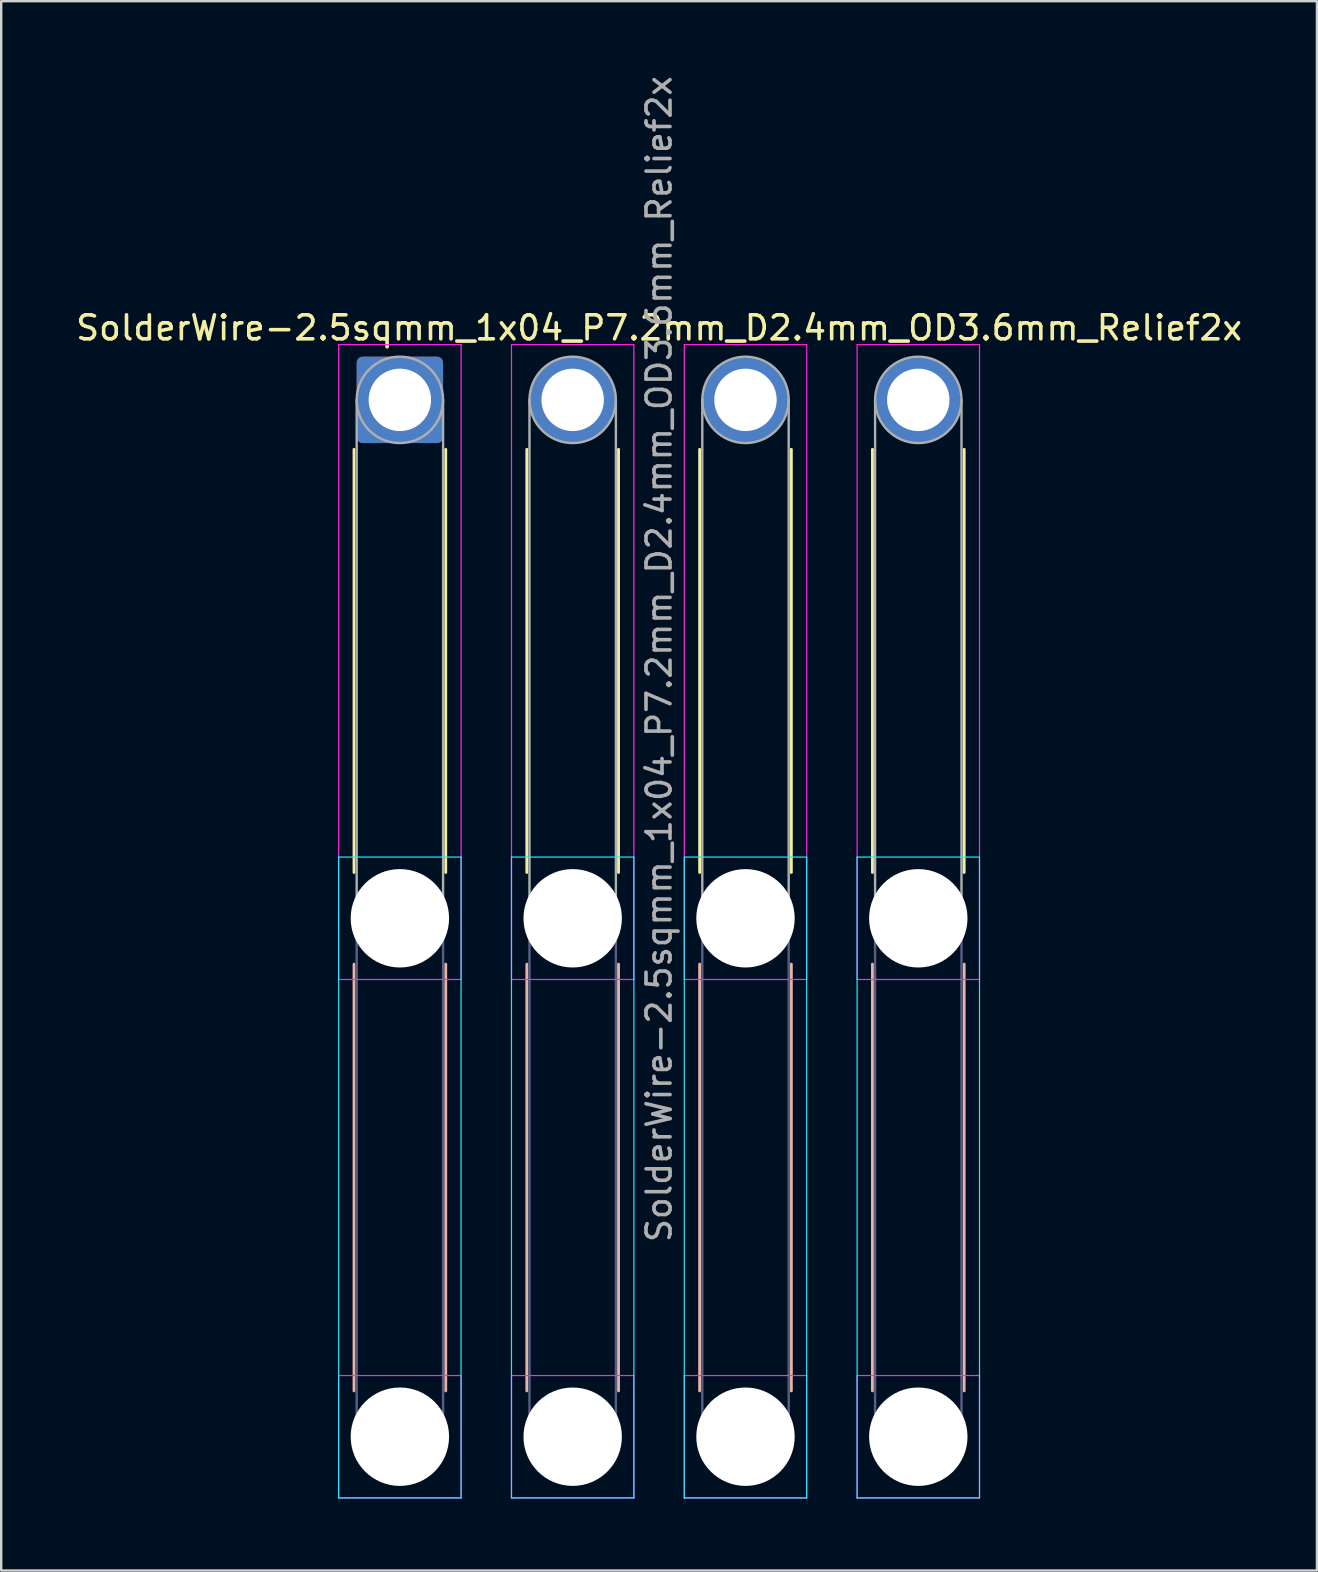
<source format=kicad_pcb>
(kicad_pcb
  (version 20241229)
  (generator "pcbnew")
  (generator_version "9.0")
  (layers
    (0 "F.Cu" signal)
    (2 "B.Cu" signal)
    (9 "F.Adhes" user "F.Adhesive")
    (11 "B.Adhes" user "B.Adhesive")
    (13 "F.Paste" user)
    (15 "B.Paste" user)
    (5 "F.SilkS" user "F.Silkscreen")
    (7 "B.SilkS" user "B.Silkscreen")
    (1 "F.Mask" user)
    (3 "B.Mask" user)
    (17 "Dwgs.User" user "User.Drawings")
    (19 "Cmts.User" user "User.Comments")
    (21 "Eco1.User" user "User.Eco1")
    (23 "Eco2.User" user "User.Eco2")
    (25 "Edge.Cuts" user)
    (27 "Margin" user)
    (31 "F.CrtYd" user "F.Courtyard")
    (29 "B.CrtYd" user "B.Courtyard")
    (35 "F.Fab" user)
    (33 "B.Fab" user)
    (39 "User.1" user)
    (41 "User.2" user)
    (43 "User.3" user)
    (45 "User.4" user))
  (footprint "SolderWire-2.5sqmm_1x04_P7.2mm_D2.4mm_OD3.6mm_Relief2x"
    (layer "F.Cu")
    (at 13.611 13.611)
    (property "Reference" "SolderWire-2.5sqmm_1x04_P7.2mm_D2.4mm_OD3.6mm_Relief2x" (at 10.8 -3 0) (layer "F.SilkS") (effects (font (size 1 1) (thickness 0.15))))
    (attr exclude_from_pos_files exclude_from_bom)
    (fp_line (start -1.91 2.06) (end -1.91 19.69) (stroke (width 0.12) (type solid)) (layer "F.SilkS"))
    (fp_line (start 1.91 2.06) (end 1.91 19.69) (stroke (width 0.12) (type solid)) (layer "F.SilkS"))
    (fp_line (start 5.29 2.06) (end 5.29 19.69) (stroke (width 0.12) (type solid)) (layer "F.SilkS"))
    (fp_line (start 9.11 2.06) (end 9.11 19.69) (stroke (width 0.12) (type solid)) (layer "F.SilkS"))
    (fp_line (start 12.49 2.06) (end 12.49 19.69) (stroke (width 0.12) (type solid)) (layer "F.SilkS"))
    (fp_line (start 16.31 2.06) (end 16.31 19.69) (stroke (width 0.12) (type solid)) (layer "F.SilkS"))
    (fp_line (start 19.69 2.06) (end 19.69 19.69) (stroke (width 0.12) (type solid)) (layer "F.SilkS"))
    (fp_line (start 23.51 2.06) (end 23.51 19.69) (stroke (width 0.12) (type solid)) (layer "F.SilkS"))
    (fp_line (start -1.91 23.51) (end -1.91 41.29) (stroke (width 0.12) (type solid)) (layer "B.SilkS"))
    (fp_line (start 1.91 23.51) (end 1.91 41.29) (stroke (width 0.12) (type solid)) (layer "B.SilkS"))
    (fp_line (start 5.29 23.51) (end 5.29 41.29) (stroke (width 0.12) (type solid)) (layer "B.SilkS"))
    (fp_line (start 9.11 23.51) (end 9.11 41.29) (stroke (width 0.12) (type solid)) (layer "B.SilkS"))
    (fp_line (start 12.49 23.51) (end 12.49 41.29) (stroke (width 0.12) (type solid)) (layer "B.SilkS"))
    (fp_line (start 16.31 23.51) (end 16.31 41.29) (stroke (width 0.12) (type solid)) (layer "B.SilkS"))
    (fp_line (start 19.69 23.51) (end 19.69 41.29) (stroke (width 0.12) (type solid)) (layer "B.SilkS"))
    (fp_line (start 23.51 23.51) (end 23.51 41.29) (stroke (width 0.12) (type solid)) (layer "B.SilkS"))
    (fp_line (start -2.55 19.05) (end -2.55 45.75) (stroke (width 0.05) (type solid)) (layer "B.CrtYd"))
    (fp_line (start -2.55 45.75) (end 2.55 45.75) (stroke (width 0.05) (type solid)) (layer "B.CrtYd"))
    (fp_line (start 2.55 19.05) (end -2.55 19.05) (stroke (width 0.05) (type solid)) (layer "B.CrtYd"))
    (fp_line (start 2.55 45.75) (end 2.55 19.05) (stroke (width 0.05) (type solid)) (layer "B.CrtYd"))
    (fp_line (start 4.65 19.05) (end 4.65 45.75) (stroke (width 0.05) (type solid)) (layer "B.CrtYd"))
    (fp_line (start 4.65 45.75) (end 9.75 45.75) (stroke (width 0.05) (type solid)) (layer "B.CrtYd"))
    (fp_line (start 9.75 19.05) (end 4.65 19.05) (stroke (width 0.05) (type solid)) (layer "B.CrtYd"))
    (fp_line (start 9.75 45.75) (end 9.75 19.05) (stroke (width 0.05) (type solid)) (layer "B.CrtYd"))
    (fp_line (start 11.85 19.05) (end 11.85 45.75) (stroke (width 0.05) (type solid)) (layer "B.CrtYd"))
    (fp_line (start 11.85 45.75) (end 16.95 45.75) (stroke (width 0.05) (type solid)) (layer "B.CrtYd"))
    (fp_line (start 16.95 19.05) (end 11.85 19.05) (stroke (width 0.05) (type solid)) (layer "B.CrtYd"))
    (fp_line (start 16.95 45.75) (end 16.95 19.05) (stroke (width 0.05) (type solid)) (layer "B.CrtYd"))
    (fp_line (start 19.05 19.05) (end 19.05 45.75) (stroke (width 0.05) (type solid)) (layer "B.CrtYd"))
    (fp_line (start 19.05 45.75) (end 24.15 45.75) (stroke (width 0.05) (type solid)) (layer "B.CrtYd"))
    (fp_line (start 24.15 19.05) (end 19.05 19.05) (stroke (width 0.05) (type solid)) (layer "B.CrtYd"))
    (fp_line (start 24.15 45.75) (end 24.15 19.05) (stroke (width 0.05) (type solid)) (layer "B.CrtYd"))
    (fp_line (start -2.55 -2.3) (end -2.55 24.15) (stroke (width 0.05) (type solid)) (layer "F.CrtYd"))
    (fp_line (start -2.55 24.15) (end 2.55 24.15) (stroke (width 0.05) (type solid)) (layer "F.CrtYd"))
    (fp_line (start -2.55 40.65) (end -2.55 45.75) (stroke (width 0.05) (type solid)) (layer "F.CrtYd"))
    (fp_line (start -2.55 45.75) (end 2.55 45.75) (stroke (width 0.05) (type solid)) (layer "F.CrtYd"))
    (fp_line (start 2.55 -2.3) (end -2.55 -2.3) (stroke (width 0.05) (type solid)) (layer "F.CrtYd"))
    (fp_line (start 2.55 24.15) (end 2.55 -2.3) (stroke (width 0.05) (type solid)) (layer "F.CrtYd"))
    (fp_line (start 2.55 40.65) (end -2.55 40.65) (stroke (width 0.05) (type solid)) (layer "F.CrtYd"))
    (fp_line (start 2.55 45.75) (end 2.55 40.65) (stroke (width 0.05) (type solid)) (layer "F.CrtYd"))
    (fp_line (start 4.65 -2.3) (end 4.65 24.15) (stroke (width 0.05) (type solid)) (layer "F.CrtYd"))
    (fp_line (start 4.65 24.15) (end 9.75 24.15) (stroke (width 0.05) (type solid)) (layer "F.CrtYd"))
    (fp_line (start 4.65 40.65) (end 4.65 45.75) (stroke (width 0.05) (type solid)) (layer "F.CrtYd"))
    (fp_line (start 4.65 45.75) (end 9.75 45.75) (stroke (width 0.05) (type solid)) (layer "F.CrtYd"))
    (fp_line (start 9.75 -2.3) (end 4.65 -2.3) (stroke (width 0.05) (type solid)) (layer "F.CrtYd"))
    (fp_line (start 9.75 24.15) (end 9.75 -2.3) (stroke (width 0.05) (type solid)) (layer "F.CrtYd"))
    (fp_line (start 9.75 40.65) (end 4.65 40.65) (stroke (width 0.05) (type solid)) (layer "F.CrtYd"))
    (fp_line (start 9.75 45.75) (end 9.75 40.65) (stroke (width 0.05) (type solid)) (layer "F.CrtYd"))
    (fp_line (start 11.85 -2.3) (end 11.85 24.15) (stroke (width 0.05) (type solid)) (layer "F.CrtYd"))
    (fp_line (start 11.85 24.15) (end 16.95 24.15) (stroke (width 0.05) (type solid)) (layer "F.CrtYd"))
    (fp_line (start 11.85 40.65) (end 11.85 45.75) (stroke (width 0.05) (type solid)) (layer "F.CrtYd"))
    (fp_line (start 11.85 45.75) (end 16.95 45.75) (stroke (width 0.05) (type solid)) (layer "F.CrtYd"))
    (fp_line (start 16.95 -2.3) (end 11.85 -2.3) (stroke (width 0.05) (type solid)) (layer "F.CrtYd"))
    (fp_line (start 16.95 24.15) (end 16.95 -2.3) (stroke (width 0.05) (type solid)) (layer "F.CrtYd"))
    (fp_line (start 16.95 40.65) (end 11.85 40.65) (stroke (width 0.05) (type solid)) (layer "F.CrtYd"))
    (fp_line (start 16.95 45.75) (end 16.95 40.65) (stroke (width 0.05) (type solid)) (layer "F.CrtYd"))
    (fp_line (start 19.05 -2.3) (end 19.05 24.15) (stroke (width 0.05) (type solid)) (layer "F.CrtYd"))
    (fp_line (start 19.05 24.15) (end 24.15 24.15) (stroke (width 0.05) (type solid)) (layer "F.CrtYd"))
    (fp_line (start 19.05 40.65) (end 19.05 45.75) (stroke (width 0.05) (type solid)) (layer "F.CrtYd"))
    (fp_line (start 19.05 45.75) (end 24.15 45.75) (stroke (width 0.05) (type solid)) (layer "F.CrtYd"))
    (fp_line (start 24.15 -2.3) (end 19.05 -2.3) (stroke (width 0.05) (type solid)) (layer "F.CrtYd"))
    (fp_line (start 24.15 24.15) (end 24.15 -2.3) (stroke (width 0.05) (type solid)) (layer "F.CrtYd"))
    (fp_line (start 24.15 40.65) (end 19.05 40.65) (stroke (width 0.05) (type solid)) (layer "F.CrtYd"))
    (fp_line (start 24.15 45.75) (end 24.15 40.65) (stroke (width 0.05) (type solid)) (layer "F.CrtYd"))
    (fp_line (start -1.8 21.6) (end -1.8 43.2) (stroke (width 0.1) (type solid)) (layer "B.Fab"))
    (fp_line (start 1.8 21.6) (end 1.8 43.2) (stroke (width 0.1) (type solid)) (layer "B.Fab"))
    (fp_line (start 5.4 21.6) (end 5.4 43.2) (stroke (width 0.1) (type solid)) (layer "B.Fab"))
    (fp_line (start 9 21.6) (end 9 43.2) (stroke (width 0.1) (type solid)) (layer "B.Fab"))
    (fp_line (start 12.6 21.6) (end 12.6 43.2) (stroke (width 0.1) (type solid)) (layer "B.Fab"))
    (fp_line (start 16.2 21.6) (end 16.2 43.2) (stroke (width 0.1) (type solid)) (layer "B.Fab"))
    (fp_line (start 19.8 21.6) (end 19.8 43.2) (stroke (width 0.1) (type solid)) (layer "B.Fab"))
    (fp_line (start 23.4 21.6) (end 23.4 43.2) (stroke (width 0.1) (type solid)) (layer "B.Fab"))
    (fp_circle (center 0 21.6) (end 1.8 21.6) (stroke (width 0.1) (type solid)) (fill no) (layer "B.Fab"))
    (fp_circle (center 0 43.2) (end 1.8 43.2) (stroke (width 0.1) (type solid)) (fill no) (layer "B.Fab"))
    (fp_circle (center 7.2 21.6) (end 9 21.6) (stroke (width 0.1) (type solid)) (fill no) (layer "B.Fab"))
    (fp_circle (center 7.2 43.2) (end 9 43.2) (stroke (width 0.1) (type solid)) (fill no) (layer "B.Fab"))
    (fp_circle (center 14.4 21.6) (end 16.2 21.6) (stroke (width 0.1) (type solid)) (fill no) (layer "B.Fab"))
    (fp_circle (center 14.4 43.2) (end 16.2 43.2) (stroke (width 0.1) (type solid)) (fill no) (layer "B.Fab"))
    (fp_circle (center 21.6 21.6) (end 23.4 21.6) (stroke (width 0.1) (type solid)) (fill no) (layer "B.Fab"))
    (fp_circle (center 21.6 43.2) (end 23.4 43.2) (stroke (width 0.1) (type solid)) (fill no) (layer "B.Fab"))
    (fp_line (start -1.8 0) (end -1.8 21.6) (stroke (width 0.1) (type solid)) (layer "F.Fab"))
    (fp_line (start 1.8 0) (end 1.8 21.6) (stroke (width 0.1) (type solid)) (layer "F.Fab"))
    (fp_line (start 5.4 0) (end 5.4 21.6) (stroke (width 0.1) (type solid)) (layer "F.Fab"))
    (fp_line (start 9 0) (end 9 21.6) (stroke (width 0.1) (type solid)) (layer "F.Fab"))
    (fp_line (start 12.6 0) (end 12.6 21.6) (stroke (width 0.1) (type solid)) (layer "F.Fab"))
    (fp_line (start 16.2 0) (end 16.2 21.6) (stroke (width 0.1) (type solid)) (layer "F.Fab"))
    (fp_line (start 19.8 0) (end 19.8 21.6) (stroke (width 0.1) (type solid)) (layer "F.Fab"))
    (fp_line (start 23.4 0) (end 23.4 21.6) (stroke (width 0.1) (type solid)) (layer "F.Fab"))
    (fp_circle (center 0 0) (end 1.8 0) (stroke (width 0.1) (type solid)) (fill no) (layer "F.Fab"))
    (fp_circle (center 0 21.6) (end 1.8 21.6) (stroke (width 0.1) (type solid)) (fill no) (layer "F.Fab"))
    (fp_circle (center 0 43.2) (end 1.8 43.2) (stroke (width 0.1) (type solid)) (fill no) (layer "F.Fab"))
    (fp_circle (center 7.2 0) (end 9 0) (stroke (width 0.1) (type solid)) (fill no) (layer "F.Fab"))
    (fp_circle (center 7.2 21.6) (end 9 21.6) (stroke (width 0.1) (type solid)) (fill no) (layer "F.Fab"))
    (fp_circle (center 7.2 43.2) (end 9 43.2) (stroke (width 0.1) (type solid)) (fill no) (layer "F.Fab"))
    (fp_circle (center 14.4 0) (end 16.2 0) (stroke (width 0.1) (type solid)) (fill no) (layer "F.Fab"))
    (fp_circle (center 14.4 21.6) (end 16.2 21.6) (stroke (width 0.1) (type solid)) (fill no) (layer "F.Fab"))
    (fp_circle (center 14.4 43.2) (end 16.2 43.2) (stroke (width 0.1) (type solid)) (fill no) (layer "F.Fab"))
    (fp_circle (center 21.6 0) (end 23.4 0) (stroke (width 0.1) (type solid)) (fill no) (layer "F.Fab"))
    (fp_circle (center 21.6 21.6) (end 23.4 21.6) (stroke (width 0.1) (type solid)) (fill no) (layer "F.Fab"))
    (fp_circle (center 21.6 43.2) (end 23.4 43.2) (stroke (width 0.1) (type solid)) (fill no) (layer "F.Fab"))
    (fp_text user "${REFERENCE}" (at 10.8 10.8 90) (layer "F.Fab") (effects (font (size 1 1) (thickness 0.15))))
    (pad "" np_thru_hole circle (at 0 21.6) (size 4.1 4.1) (drill 4.1) (layers "*.Cu" "*.Mask"))
    (pad "" np_thru_hole circle (at 0 43.2) (size 4.1 4.1) (drill 4.1) (layers "*.Cu" "*.Mask"))
    (pad "" np_thru_hole circle (at 7.2 21.6) (size 4.1 4.1) (drill 4.1) (layers "*.Cu" "*.Mask"))
    (pad "" np_thru_hole circle (at 7.2 43.2) (size 4.1 4.1) (drill 4.1) (layers "*.Cu" "*.Mask"))
    (pad "" np_thru_hole circle (at 14.4 21.6) (size 4.1 4.1) (drill 4.1) (layers "*.Cu" "*.Mask"))
    (pad "" np_thru_hole circle (at 14.4 43.2) (size 4.1 4.1) (drill 4.1) (layers "*.Cu" "*.Mask"))
    (pad "" np_thru_hole circle (at 21.6 21.6) (size 4.1 4.1) (drill 4.1) (layers "*.Cu" "*.Mask"))
    (pad "" np_thru_hole circle (at 21.6 43.2) (size 4.1 4.1) (drill 4.1) (layers "*.Cu" "*.Mask"))
    (pad "1" thru_hole roundrect (at 0 0) (size 3.6 3.6) (drill 2.6) (layers "*.Cu" "*.Mask") (roundrect_rratio 0.069))
    (pad "2" thru_hole circle (at 7.2 0) (size 3.6 3.6) (drill 2.6) (layers "*.Cu" "*.Mask"))
    (pad "3" thru_hole circle (at 14.4 0) (size 3.6 3.6) (drill 2.6) (layers "*.Cu" "*.Mask"))
    (pad "4" thru_hole circle (at 21.6 0) (size 3.6 3.6) (drill 2.6) (layers "*.Cu" "*.Mask")))
  (gr_rect
    (start -3 -3)
    (end 51.821 62.386)
    (stroke (width 0.1) (type default))
    (fill no)
    (layer "Edge.Cuts")))
</source>
